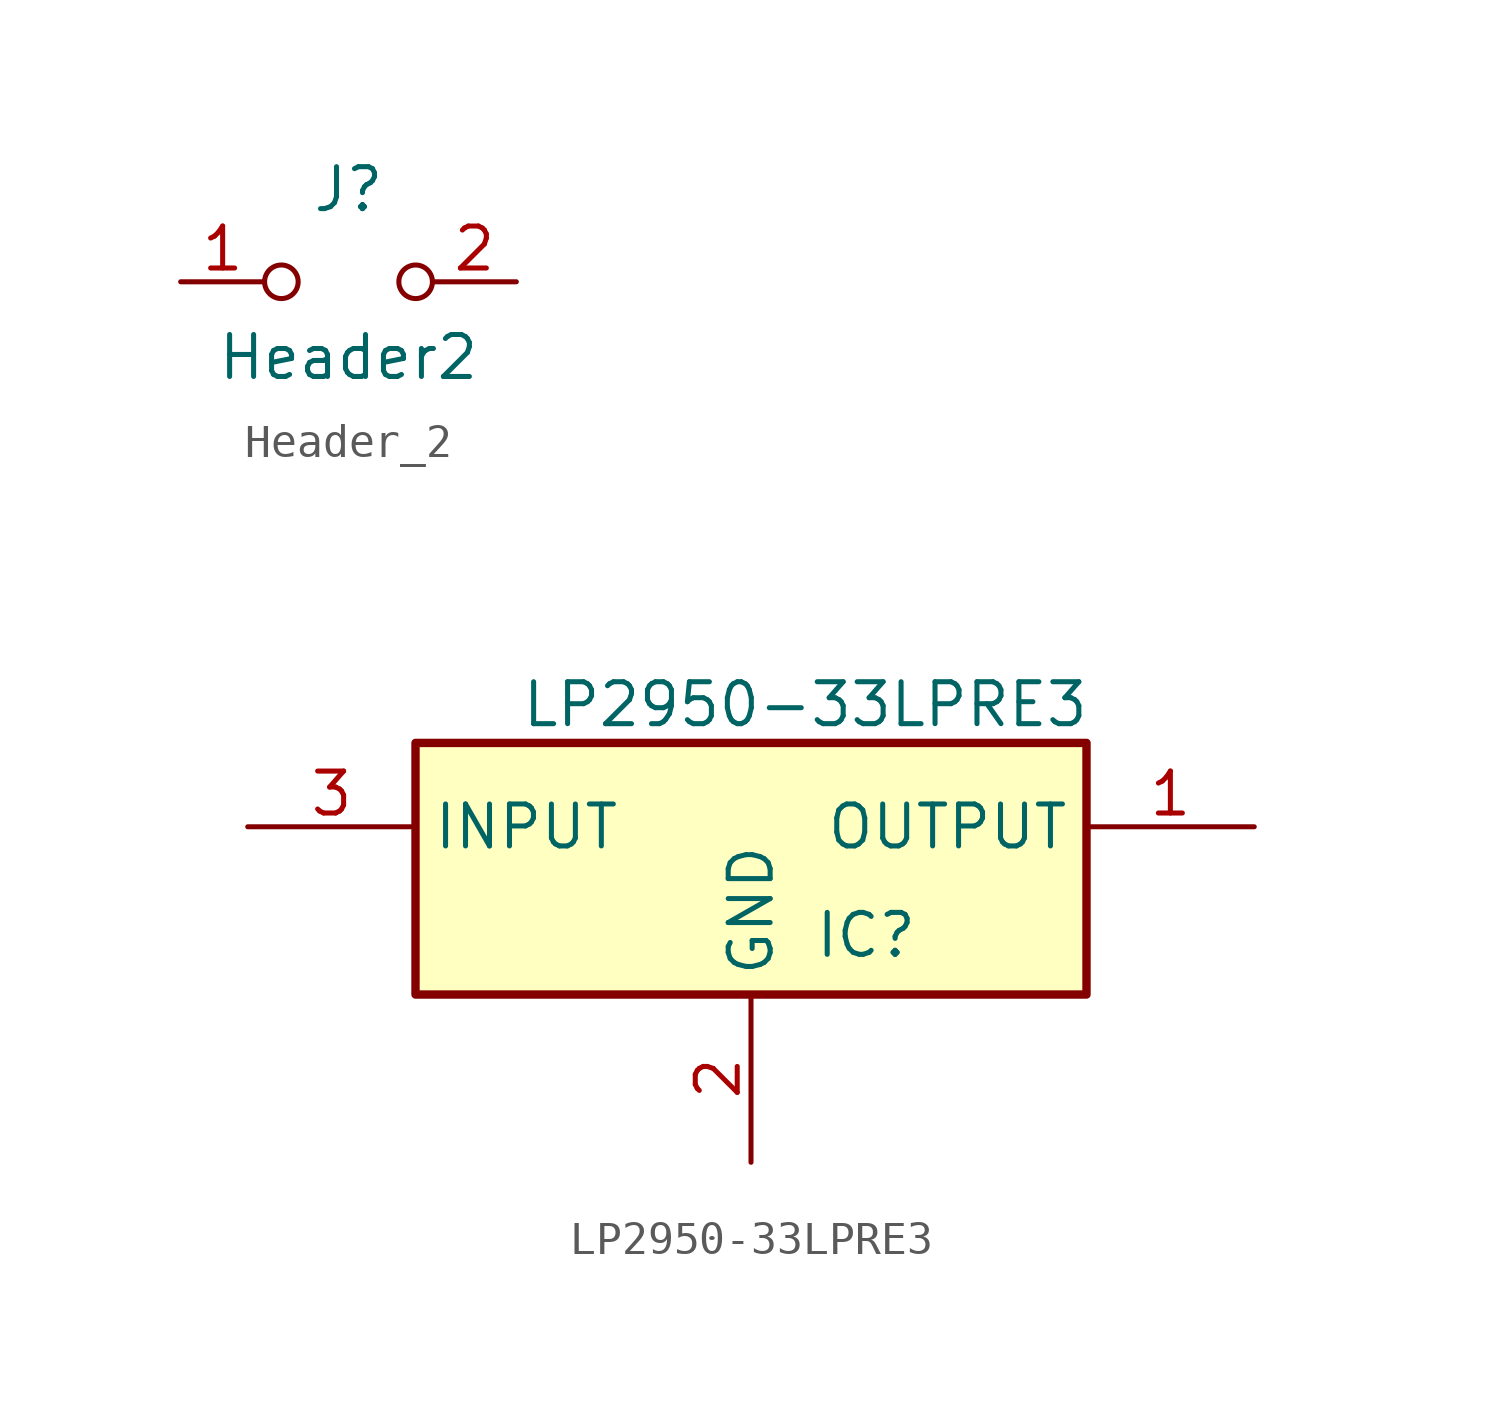
<source format=kicad_sym>
(kicad_symbol_lib
  (version 20231120)
  (generator "kicad_symbol_editor")
  (generator_version "8.0")
  (symbol "Header_2"
    (pin_names
      (offset 0) hide)
    (property "Reference" "J"
      (at 0 2.794 0)
      (effects (font (size 1.27 1.27))))
    (property "Value" "Header2"
      (at 0 -2.286 0)
      (effects (font (size 1.27 1.27))))
    (symbol "Header_2_0_0"
      (circle (center -2.032 0) (radius 0.508) (stroke (width 0) (type default)) (fill (type none)))
      (circle (center 2.032 0) (radius 0.508) (stroke (width 0) (type default)) (fill (type none))))
    (symbol "Header_2_1_1"
      (pin power_out line (at -5.08 0 0) (length 2.54) (name "A" (effects (font (size 1.27 1.27)))) (number "1" (effects (font (size 1.27 1.27)))))
      (pin power_out line (at 5.08 0 180) (length 2.54) (name "B" (effects (font (size 1.27 1.27)))) (number "2" (effects (font (size 1.27 1.27)))))))
  (symbol "LP2950-33LPRE3"
    (property "Reference" "IC"
      (at 17.145 -2.54 0)
      (effects (font (size 1.27 1.27)) (justify left top)))
    (property "Value" "LP2950-33LPRE3"
      (at 8.255 4.445 0)
      (effects (font (size 1.27 1.27)) (justify left top)))
    (symbol "LP2950-33LPRE3_1_1"
      (rectangle (start 5.08 2.54) (end 25.4 -5.08) (stroke (width 0.254) (type default)) (fill (type background)))
      (pin power_out line (at 30.48 0 180) (length 5.08) (name "OUTPUT" (effects (font (size 1.27 1.27)))) (number "1" (effects (font (size 1.27 1.27)))))
      (pin free line (at 15.24 -10.16 90) (length 5.08) (name "GND" (effects (font (size 1.27 1.27)))) (number "2" (effects (font (size 1.27 1.27)))))
      (pin power_in line (at 0 0 0) (length 5.08) (name "INPUT" (effects (font (size 1.27 1.27)))) (number "3" (effects (font (size 1.27 1.27))))))))
</source>
